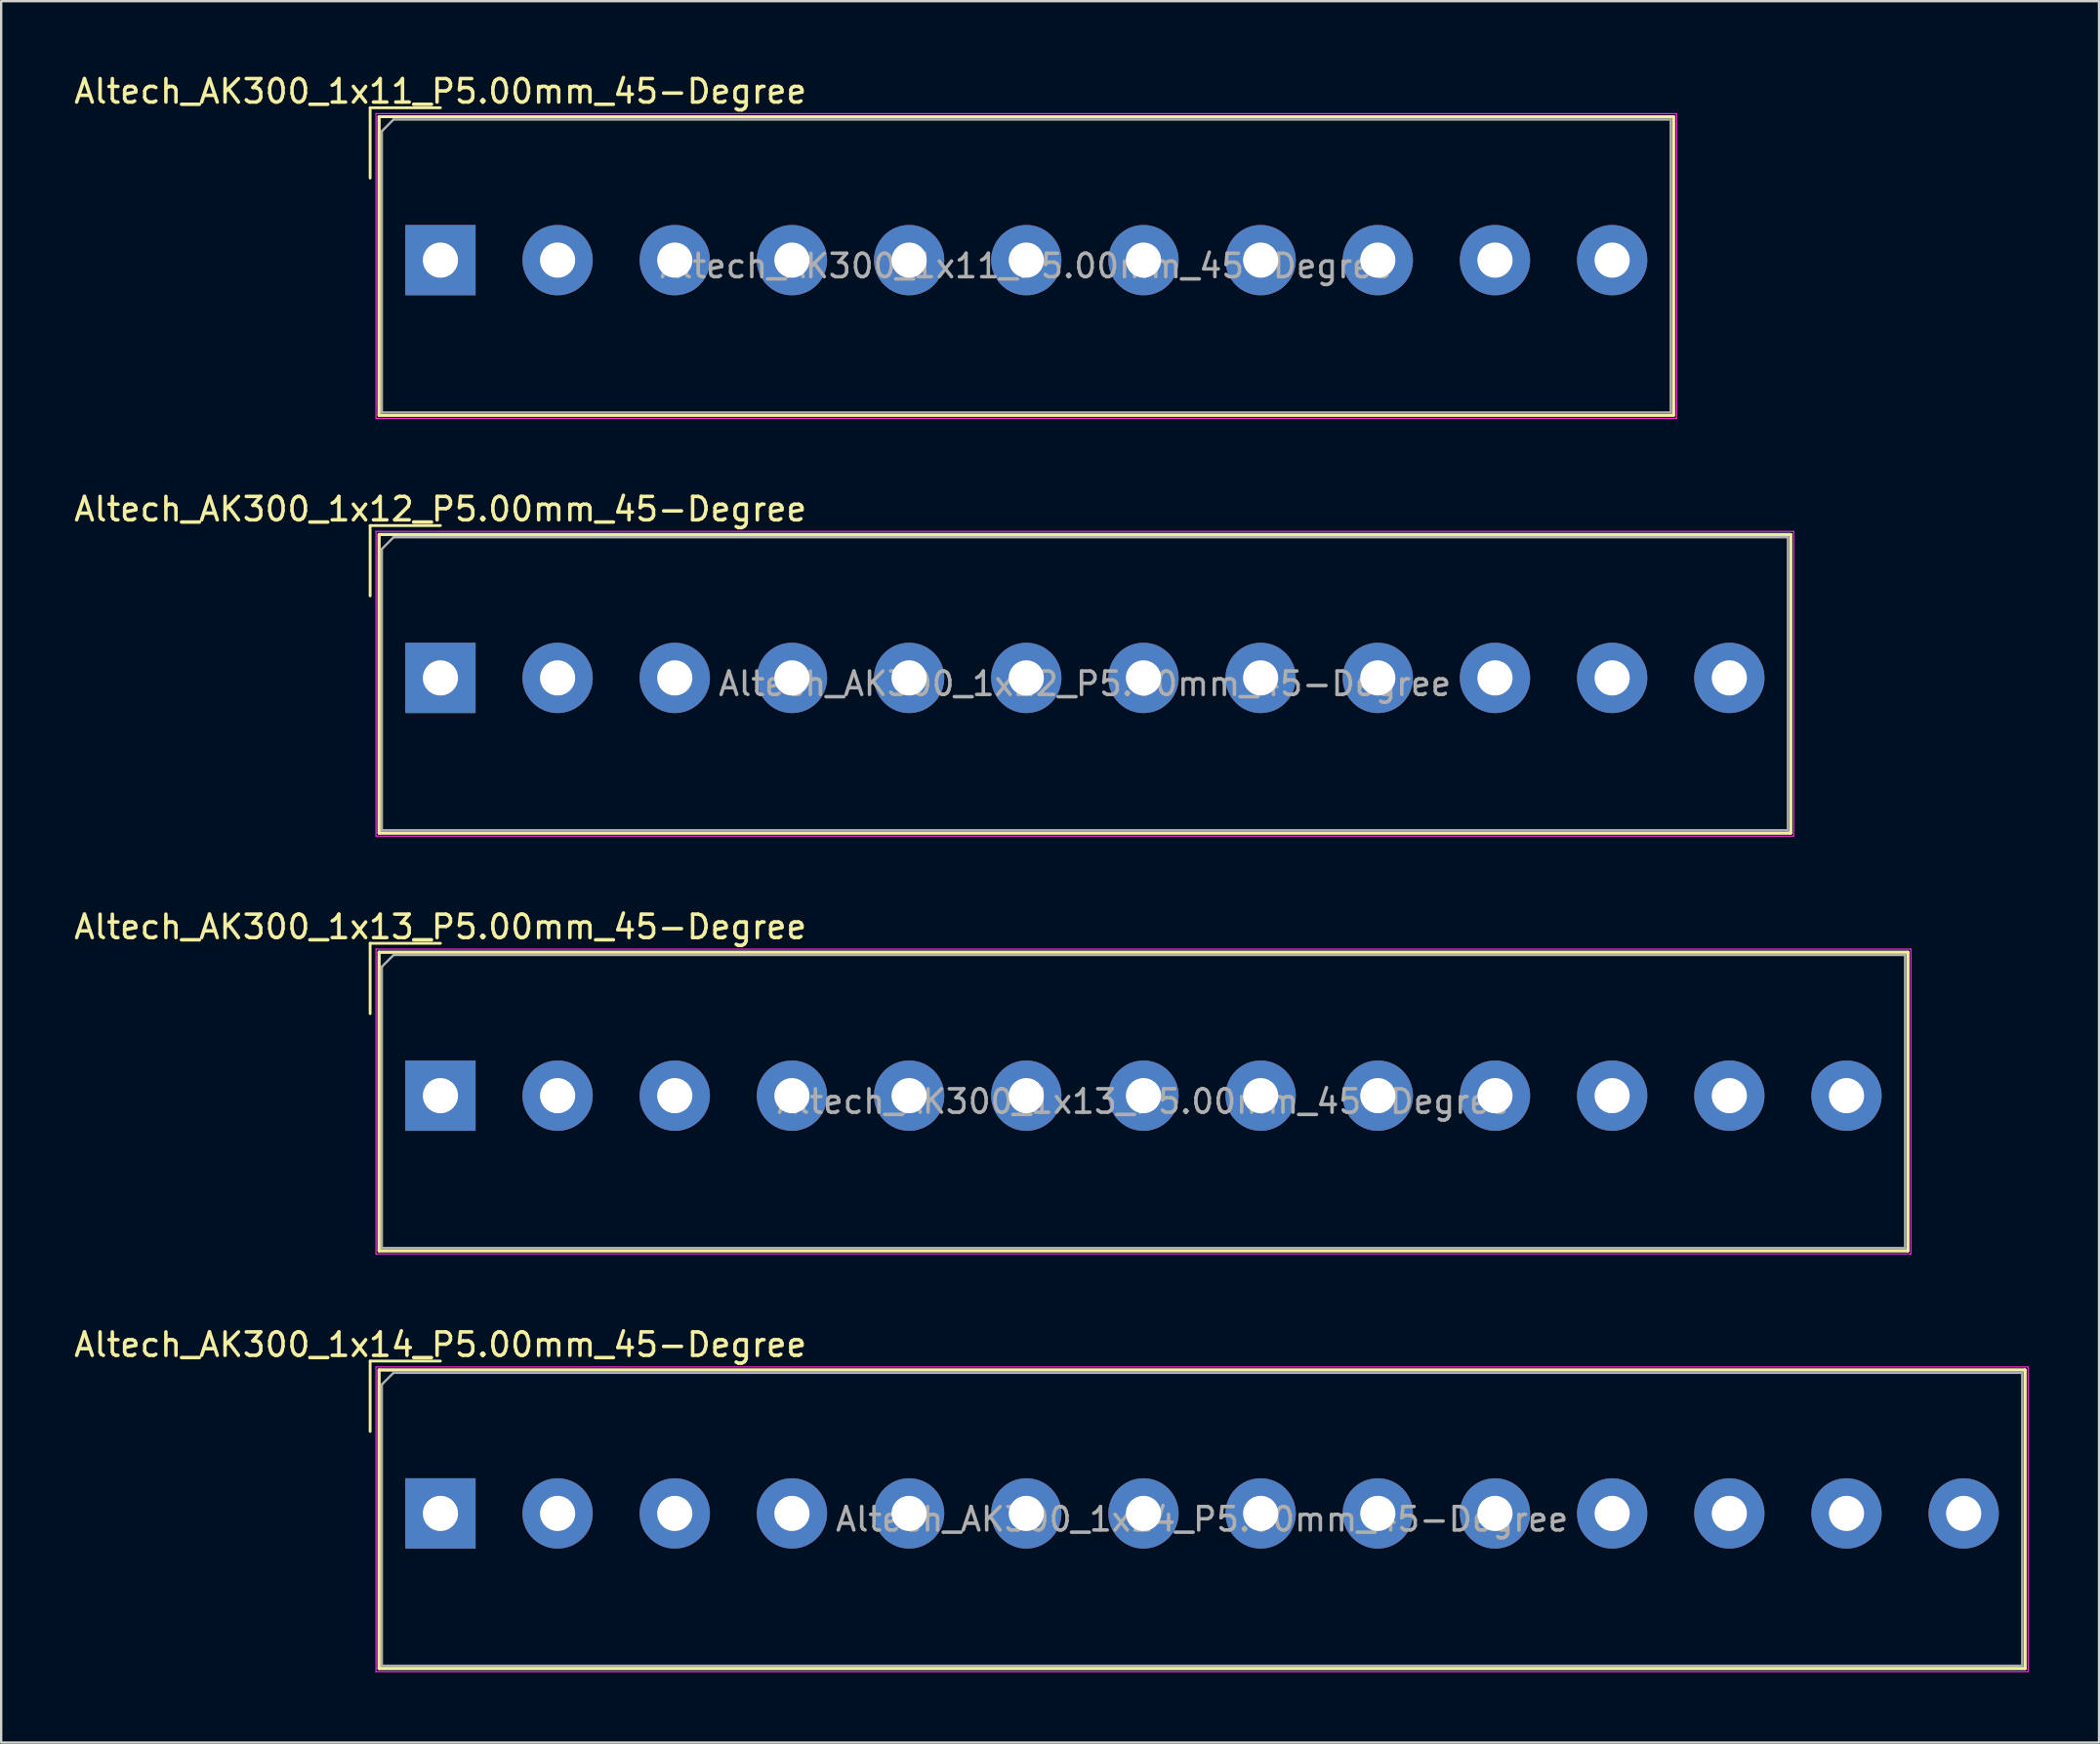
<source format=kicad_pcb>
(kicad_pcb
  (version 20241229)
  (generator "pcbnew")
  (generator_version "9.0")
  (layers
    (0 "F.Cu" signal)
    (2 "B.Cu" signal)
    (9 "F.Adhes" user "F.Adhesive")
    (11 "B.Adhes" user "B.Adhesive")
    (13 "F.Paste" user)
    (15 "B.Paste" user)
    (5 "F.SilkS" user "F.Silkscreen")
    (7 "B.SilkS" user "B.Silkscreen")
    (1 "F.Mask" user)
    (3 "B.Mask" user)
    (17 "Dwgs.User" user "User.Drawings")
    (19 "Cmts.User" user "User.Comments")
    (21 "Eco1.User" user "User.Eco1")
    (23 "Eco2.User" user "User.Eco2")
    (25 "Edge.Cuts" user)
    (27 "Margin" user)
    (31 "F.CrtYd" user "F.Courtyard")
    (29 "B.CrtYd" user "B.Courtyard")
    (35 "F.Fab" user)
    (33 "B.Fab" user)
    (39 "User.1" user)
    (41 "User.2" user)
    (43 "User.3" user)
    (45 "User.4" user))
  (footprint "Altech_AK300_1x14_P5.00mm_45-Degree"
    (layer "F.Cu")
    (at 15.744 61.518)
    (property "Reference" "Altech_AK300_1x14_P5.00mm_45-Degree" (at 0 -7.2 0) (layer "F.SilkS") (effects (font (size 1 1) (thickness 0.15))))
    (attr through_hole)
    (fp_line (start -3 -6.5) (end 0 -6.5) (stroke (width 0.12) (type solid)) (layer "F.SilkS"))
    (fp_line (start -3 -3.5) (end -3 -6.5) (stroke (width 0.12) (type solid)) (layer "F.SilkS"))
    (fp_line (start -2.62 -6.12) (end -2.62 6.62) (stroke (width 0.12) (type solid)) (layer "F.SilkS"))
    (fp_line (start -2.62 -6.12) (end -2.62 6.62) (stroke (width 0.12) (type solid)) (layer "F.SilkS"))
    (fp_line (start -2.62 -6.12) (end 67.62 -6.12) (stroke (width 0.12) (type solid)) (layer "F.SilkS"))
    (fp_line (start -2.62 -6.12) (end 67.62 -6.12) (stroke (width 0.12) (type solid)) (layer "F.SilkS"))
    (fp_line (start -2.62 6.62) (end 67.62 6.62) (stroke (width 0.12) (type solid)) (layer "F.SilkS"))
    (fp_line (start -2.62 6.62) (end 67.62 6.62) (stroke (width 0.12) (type solid)) (layer "F.SilkS"))
    (fp_line (start 67.62 -6.12) (end 67.62 6.62) (stroke (width 0.12) (type solid)) (layer "F.SilkS"))
    (fp_line (start 67.62 -6.12) (end 67.62 6.62) (stroke (width 0.12) (type solid)) (layer "F.SilkS"))
    (fp_line (start -2.75 -6.25) (end -2.75 6.75) (stroke (width 0.05) (type solid)) (layer "F.CrtYd"))
    (fp_line (start -2.75 -6.25) (end 67.75 -6.25) (stroke (width 0.05) (type solid)) (layer "F.CrtYd"))
    (fp_line (start -2.75 6.75) (end 67.75 6.75) (stroke (width 0.05) (type solid)) (layer "F.CrtYd"))
    (fp_line (start 67.75 -6.25) (end 67.75 6.75) (stroke (width 0.05) (type solid)) (layer "F.CrtYd"))
    (fp_line (start -2.5 -5.5) (end -2 -6) (stroke (width 0.1) (type solid)) (layer "F.Fab"))
    (fp_line (start -2.5 6.5) (end -2.5 -5.5) (stroke (width 0.1) (type solid)) (layer "F.Fab"))
    (fp_line (start -2 -6) (end 67.5 -6) (stroke (width 0.1) (type solid)) (layer "F.Fab"))
    (fp_line (start 67.5 -6) (end 67.5 6.5) (stroke (width 0.1) (type solid)) (layer "F.Fab"))
    (fp_line (start 67.5 6.5) (end -2.5 6.5) (stroke (width 0.1) (type solid)) (layer "F.Fab"))
    (fp_text user "${REFERENCE}" (at 32.5 0.25 0) (layer "F.Fab") (effects (font (size 1 1) (thickness 0.15))))
    (pad "1" thru_hole rect (at 0 0) (size 3 3) (drill 1.5) (layers "*.Cu" "*.Mask"))
    (pad "2" thru_hole circle (at 5 0) (size 3 3) (drill 1.5) (layers "*.Cu" "*.Mask"))
    (pad "3" thru_hole circle (at 10 0) (size 3 3) (drill 1.5) (layers "*.Cu" "*.Mask"))
    (pad "4" thru_hole circle (at 15 0) (size 3 3) (drill 1.5) (layers "*.Cu" "*.Mask"))
    (pad "5" thru_hole circle (at 20 0) (size 3 3) (drill 1.5) (layers "*.Cu" "*.Mask"))
    (pad "6" thru_hole circle (at 25 0) (size 3 3) (drill 1.5) (layers "*.Cu" "*.Mask"))
    (pad "7" thru_hole circle (at 30 0) (size 3 3) (drill 1.5) (layers "*.Cu" "*.Mask"))
    (pad "8" thru_hole circle (at 35 0) (size 3 3) (drill 1.5) (layers "*.Cu" "*.Mask"))
    (pad "9" thru_hole circle (at 40 0) (size 3 3) (drill 1.5) (layers "*.Cu" "*.Mask"))
    (pad "10" thru_hole circle (at 45 0) (size 3 3) (drill 1.5) (layers "*.Cu" "*.Mask"))
    (pad "11" thru_hole circle (at 50 0) (size 3 3) (drill 1.5) (layers "*.Cu" "*.Mask"))
    (pad "12" thru_hole circle (at 55 0) (size 3 3) (drill 1.5) (layers "*.Cu" "*.Mask"))
    (pad "13" thru_hole circle (at 60 0) (size 3 3) (drill 1.5) (layers "*.Cu" "*.Mask"))
    (pad "14" thru_hole circle (at 65 0) (size 3 3) (drill 1.5) (layers "*.Cu" "*.Mask")))
  (footprint "Altech_AK300_1x13_P5.00mm_45-Degree"
    (layer "F.Cu")
    (at 15.744 43.695)
    (property "Reference" "Altech_AK300_1x13_P5.00mm_45-Degree" (at 0 -7.2 0) (layer "F.SilkS") (effects (font (size 1 1) (thickness 0.15))))
    (attr through_hole)
    (fp_line (start -3 -6.5) (end 0 -6.5) (stroke (width 0.12) (type solid)) (layer "F.SilkS"))
    (fp_line (start -3 -3.5) (end -3 -6.5) (stroke (width 0.12) (type solid)) (layer "F.SilkS"))
    (fp_line (start -2.62 -6.12) (end -2.62 6.62) (stroke (width 0.12) (type solid)) (layer "F.SilkS"))
    (fp_line (start -2.62 -6.12) (end -2.62 6.62) (stroke (width 0.12) (type solid)) (layer "F.SilkS"))
    (fp_line (start -2.62 -6.12) (end 62.62 -6.12) (stroke (width 0.12) (type solid)) (layer "F.SilkS"))
    (fp_line (start -2.62 -6.12) (end 62.62 -6.12) (stroke (width 0.12) (type solid)) (layer "F.SilkS"))
    (fp_line (start -2.62 6.62) (end 62.62 6.62) (stroke (width 0.12) (type solid)) (layer "F.SilkS"))
    (fp_line (start -2.62 6.62) (end 62.62 6.62) (stroke (width 0.12) (type solid)) (layer "F.SilkS"))
    (fp_line (start 62.62 -6.12) (end 62.62 6.62) (stroke (width 0.12) (type solid)) (layer "F.SilkS"))
    (fp_line (start 62.62 -6.12) (end 62.62 6.62) (stroke (width 0.12) (type solid)) (layer "F.SilkS"))
    (fp_line (start -2.75 -6.25) (end -2.75 6.75) (stroke (width 0.05) (type solid)) (layer "F.CrtYd"))
    (fp_line (start -2.75 -6.25) (end 62.75 -6.25) (stroke (width 0.05) (type solid)) (layer "F.CrtYd"))
    (fp_line (start -2.75 6.75) (end 62.75 6.75) (stroke (width 0.05) (type solid)) (layer "F.CrtYd"))
    (fp_line (start 62.75 -6.25) (end 62.75 6.75) (stroke (width 0.05) (type solid)) (layer "F.CrtYd"))
    (fp_line (start -2.5 -5.5) (end -2 -6) (stroke (width 0.1) (type solid)) (layer "F.Fab"))
    (fp_line (start -2.5 6.5) (end -2.5 -5.5) (stroke (width 0.1) (type solid)) (layer "F.Fab"))
    (fp_line (start -2 -6) (end 62.5 -6) (stroke (width 0.1) (type solid)) (layer "F.Fab"))
    (fp_line (start 62.5 -6) (end 62.5 6.5) (stroke (width 0.1) (type solid)) (layer "F.Fab"))
    (fp_line (start 62.5 6.5) (end -2.5 6.5) (stroke (width 0.1) (type solid)) (layer "F.Fab"))
    (fp_text user "${REFERENCE}" (at 30 0.25 0) (layer "F.Fab") (effects (font (size 1 1) (thickness 0.15))))
    (pad "1" thru_hole rect (at 0 0) (size 3 3) (drill 1.5) (layers "*.Cu" "*.Mask"))
    (pad "2" thru_hole circle (at 5 0) (size 3 3) (drill 1.5) (layers "*.Cu" "*.Mask"))
    (pad "3" thru_hole circle (at 10 0) (size 3 3) (drill 1.5) (layers "*.Cu" "*.Mask"))
    (pad "4" thru_hole circle (at 15 0) (size 3 3) (drill 1.5) (layers "*.Cu" "*.Mask"))
    (pad "5" thru_hole circle (at 20 0) (size 3 3) (drill 1.5) (layers "*.Cu" "*.Mask"))
    (pad "6" thru_hole circle (at 25 0) (size 3 3) (drill 1.5) (layers "*.Cu" "*.Mask"))
    (pad "7" thru_hole circle (at 30 0) (size 3 3) (drill 1.5) (layers "*.Cu" "*.Mask"))
    (pad "8" thru_hole circle (at 35 0) (size 3 3) (drill 1.5) (layers "*.Cu" "*.Mask"))
    (pad "9" thru_hole circle (at 40 0) (size 3 3) (drill 1.5) (layers "*.Cu" "*.Mask"))
    (pad "10" thru_hole circle (at 45 0) (size 3 3) (drill 1.5) (layers "*.Cu" "*.Mask"))
    (pad "11" thru_hole circle (at 50 0) (size 3 3) (drill 1.5) (layers "*.Cu" "*.Mask"))
    (pad "12" thru_hole circle (at 55 0) (size 3 3) (drill 1.5) (layers "*.Cu" "*.Mask"))
    (pad "13" thru_hole circle (at 60 0) (size 3 3) (drill 1.5) (layers "*.Cu" "*.Mask")))
  (footprint "Altech_AK300_1x12_P5.00mm_45-Degree"
    (layer "F.Cu")
    (at 15.744 25.872)
    (property "Reference" "Altech_AK300_1x12_P5.00mm_45-Degree" (at 0 -7.2 0) (layer "F.SilkS") (effects (font (size 1 1) (thickness 0.15))))
    (attr through_hole)
    (fp_line (start -3 -6.5) (end 0 -6.5) (stroke (width 0.12) (type solid)) (layer "F.SilkS"))
    (fp_line (start -3 -3.5) (end -3 -6.5) (stroke (width 0.12) (type solid)) (layer "F.SilkS"))
    (fp_line (start -2.62 -6.12) (end -2.62 6.62) (stroke (width 0.12) (type solid)) (layer "F.SilkS"))
    (fp_line (start -2.62 -6.12) (end -2.62 6.62) (stroke (width 0.12) (type solid)) (layer "F.SilkS"))
    (fp_line (start -2.62 -6.12) (end 57.62 -6.12) (stroke (width 0.12) (type solid)) (layer "F.SilkS"))
    (fp_line (start -2.62 -6.12) (end 57.62 -6.12) (stroke (width 0.12) (type solid)) (layer "F.SilkS"))
    (fp_line (start -2.62 6.62) (end 57.62 6.62) (stroke (width 0.12) (type solid)) (layer "F.SilkS"))
    (fp_line (start -2.62 6.62) (end 57.62 6.62) (stroke (width 0.12) (type solid)) (layer "F.SilkS"))
    (fp_line (start 57.62 -6.12) (end 57.62 6.62) (stroke (width 0.12) (type solid)) (layer "F.SilkS"))
    (fp_line (start 57.62 -6.12) (end 57.62 6.62) (stroke (width 0.12) (type solid)) (layer "F.SilkS"))
    (fp_line (start -2.75 -6.25) (end -2.75 6.75) (stroke (width 0.05) (type solid)) (layer "F.CrtYd"))
    (fp_line (start -2.75 -6.25) (end 57.75 -6.25) (stroke (width 0.05) (type solid)) (layer "F.CrtYd"))
    (fp_line (start -2.75 6.75) (end 57.75 6.75) (stroke (width 0.05) (type solid)) (layer "F.CrtYd"))
    (fp_line (start 57.75 -6.25) (end 57.75 6.75) (stroke (width 0.05) (type solid)) (layer "F.CrtYd"))
    (fp_line (start -2.5 -5.5) (end -2 -6) (stroke (width 0.1) (type solid)) (layer "F.Fab"))
    (fp_line (start -2.5 6.5) (end -2.5 -5.5) (stroke (width 0.1) (type solid)) (layer "F.Fab"))
    (fp_line (start -2 -6) (end 57.5 -6) (stroke (width 0.1) (type solid)) (layer "F.Fab"))
    (fp_line (start 57.5 -6) (end 57.5 6.5) (stroke (width 0.1) (type solid)) (layer "F.Fab"))
    (fp_line (start 57.5 6.5) (end -2.5 6.5) (stroke (width 0.1) (type solid)) (layer "F.Fab"))
    (fp_text user "${REFERENCE}" (at 27.5 0.25 0) (layer "F.Fab") (effects (font (size 1 1) (thickness 0.15))))
    (pad "1" thru_hole rect (at 0 0) (size 3 3) (drill 1.5) (layers "*.Cu" "*.Mask"))
    (pad "2" thru_hole circle (at 5 0) (size 3 3) (drill 1.5) (layers "*.Cu" "*.Mask"))
    (pad "3" thru_hole circle (at 10 0) (size 3 3) (drill 1.5) (layers "*.Cu" "*.Mask"))
    (pad "4" thru_hole circle (at 15 0) (size 3 3) (drill 1.5) (layers "*.Cu" "*.Mask"))
    (pad "5" thru_hole circle (at 20 0) (size 3 3) (drill 1.5) (layers "*.Cu" "*.Mask"))
    (pad "6" thru_hole circle (at 25 0) (size 3 3) (drill 1.5) (layers "*.Cu" "*.Mask"))
    (pad "7" thru_hole circle (at 30 0) (size 3 3) (drill 1.5) (layers "*.Cu" "*.Mask"))
    (pad "8" thru_hole circle (at 35 0) (size 3 3) (drill 1.5) (layers "*.Cu" "*.Mask"))
    (pad "9" thru_hole circle (at 40 0) (size 3 3) (drill 1.5) (layers "*.Cu" "*.Mask"))
    (pad "10" thru_hole circle (at 45 0) (size 3 3) (drill 1.5) (layers "*.Cu" "*.Mask"))
    (pad "11" thru_hole circle (at 50 0) (size 3 3) (drill 1.5) (layers "*.Cu" "*.Mask"))
    (pad "12" thru_hole circle (at 55 0) (size 3 3) (drill 1.5) (layers "*.Cu" "*.Mask")))
  (footprint "Altech_AK300_1x11_P5.00mm_45-Degree"
    (layer "F.Cu")
    (at 15.744 8.048)
    (property "Reference" "Altech_AK300_1x11_P5.00mm_45-Degree" (at 0 -7.2 0) (layer "F.SilkS") (effects (font (size 1 1) (thickness 0.15))))
    (attr through_hole)
    (fp_line (start -3 -6.5) (end 0 -6.5) (stroke (width 0.12) (type solid)) (layer "F.SilkS"))
    (fp_line (start -3 -3.5) (end -3 -6.5) (stroke (width 0.12) (type solid)) (layer "F.SilkS"))
    (fp_line (start -2.62 -6.12) (end -2.62 6.62) (stroke (width 0.12) (type solid)) (layer "F.SilkS"))
    (fp_line (start -2.62 -6.12) (end -2.62 6.62) (stroke (width 0.12) (type solid)) (layer "F.SilkS"))
    (fp_line (start -2.62 -6.12) (end 52.62 -6.12) (stroke (width 0.12) (type solid)) (layer "F.SilkS"))
    (fp_line (start -2.62 -6.12) (end 52.62 -6.12) (stroke (width 0.12) (type solid)) (layer "F.SilkS"))
    (fp_line (start -2.62 6.62) (end 52.62 6.62) (stroke (width 0.12) (type solid)) (layer "F.SilkS"))
    (fp_line (start -2.62 6.62) (end 52.62 6.62) (stroke (width 0.12) (type solid)) (layer "F.SilkS"))
    (fp_line (start 52.62 -6.12) (end 52.62 6.62) (stroke (width 0.12) (type solid)) (layer "F.SilkS"))
    (fp_line (start 52.62 -6.12) (end 52.62 6.62) (stroke (width 0.12) (type solid)) (layer "F.SilkS"))
    (fp_line (start -2.75 -6.25) (end -2.75 6.75) (stroke (width 0.05) (type solid)) (layer "F.CrtYd"))
    (fp_line (start -2.75 -6.25) (end 52.75 -6.25) (stroke (width 0.05) (type solid)) (layer "F.CrtYd"))
    (fp_line (start -2.75 6.75) (end 52.75 6.75) (stroke (width 0.05) (type solid)) (layer "F.CrtYd"))
    (fp_line (start 52.75 -6.25) (end 52.75 6.75) (stroke (width 0.05) (type solid)) (layer "F.CrtYd"))
    (fp_line (start -2.5 -5.5) (end -2 -6) (stroke (width 0.1) (type solid)) (layer "F.Fab"))
    (fp_line (start -2.5 6.5) (end -2.5 -5.5) (stroke (width 0.1) (type solid)) (layer "F.Fab"))
    (fp_line (start -2 -6) (end 52.5 -6) (stroke (width 0.1) (type solid)) (layer "F.Fab"))
    (fp_line (start 52.5 -6) (end 52.5 6.5) (stroke (width 0.1) (type solid)) (layer "F.Fab"))
    (fp_line (start 52.5 6.5) (end -2.5 6.5) (stroke (width 0.1) (type solid)) (layer "F.Fab"))
    (fp_text user "${REFERENCE}" (at 25 0.25 0) (layer "F.Fab") (effects (font (size 1 1) (thickness 0.15))))
    (pad "1" thru_hole rect (at 0 0) (size 3 3) (drill 1.5) (layers "*.Cu" "*.Mask"))
    (pad "2" thru_hole circle (at 5 0) (size 3 3) (drill 1.5) (layers "*.Cu" "*.Mask"))
    (pad "3" thru_hole circle (at 10 0) (size 3 3) (drill 1.5) (layers "*.Cu" "*.Mask"))
    (pad "4" thru_hole circle (at 15 0) (size 3 3) (drill 1.5) (layers "*.Cu" "*.Mask"))
    (pad "5" thru_hole circle (at 20 0) (size 3 3) (drill 1.5) (layers "*.Cu" "*.Mask"))
    (pad "6" thru_hole circle (at 25 0) (size 3 3) (drill 1.5) (layers "*.Cu" "*.Mask"))
    (pad "7" thru_hole circle (at 30 0) (size 3 3) (drill 1.5) (layers "*.Cu" "*.Mask"))
    (pad "8" thru_hole circle (at 35 0) (size 3 3) (drill 1.5) (layers "*.Cu" "*.Mask"))
    (pad "9" thru_hole circle (at 40 0) (size 3 3) (drill 1.5) (layers "*.Cu" "*.Mask"))
    (pad "10" thru_hole circle (at 45 0) (size 3 3) (drill 1.5) (layers "*.Cu" "*.Mask"))
    (pad "11" thru_hole circle (at 50 0) (size 3 3) (drill 1.5) (layers "*.Cu" "*.Mask")))
  (gr_rect
    (start -3 -3)
    (end 86.519 71.293)
    (stroke (width 0.1) (type default))
    (fill no)
    (layer "Edge.Cuts")))
</source>
